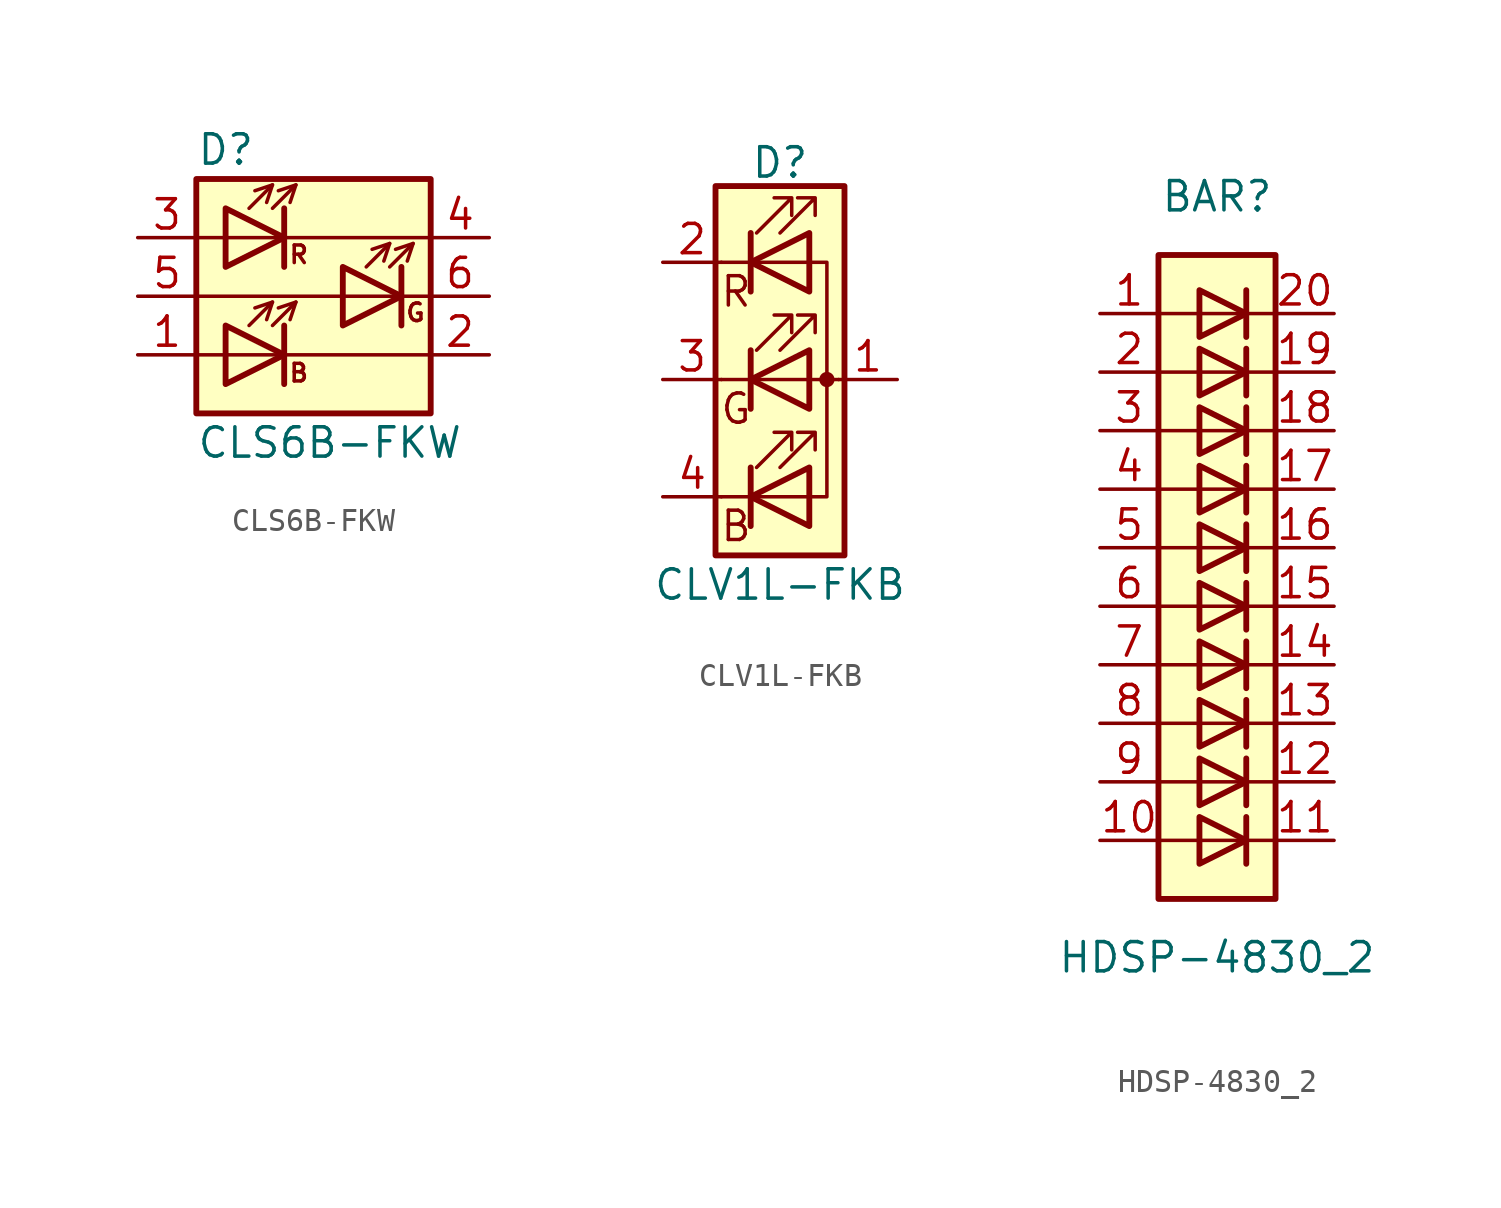
<source format=kicad_sym>
(kicad_symbol_lib
  (version 20241209)
  (generator "kicad_symbol_editor")
  (generator_version "9.0")
  (symbol "CLS6B-FKW"
    (pin_names hide)
    (property "Reference" "D"
      (at -5.08 6.35 0)
      (effects (font (size 1.27 1.27)) (justify left)))
    (property "Value" "CLS6B-FKW"
      (at -5.08 -6.35 0)
      (effects (font (size 1.27 1.27)) (justify left)))
    (symbol "CLS6B-FKW_0_0"
      (text "R" (at -0.635 1.803 0) (effects (font (size 0.762 0.762))))
      (text "B" (at -0.635 -3.327 0) (effects (font (size 0.762 0.762))))
      (text "G" (at 4.42 -0.711 0) (effects (font (size 0.762 0.762)))))
    (symbol "CLS6B-FKW_0_1"
      (rectangle (start -5.08 5.08) (end 5.08 -5.08) (stroke (width 0.254) (type default)) (fill (type background)))
      (polyline (pts (xy -5.08 2.54) (xy 5.08 2.54)) (stroke (width 0) (type default)) (fill (type none)))
      (polyline (pts (xy -5.08 0) (xy 5.08 0)) (stroke (width 0) (type default)) (fill (type none)))
      (polyline (pts (xy -5.08 -2.54) (xy 5.08 -2.54)) (stroke (width 0) (type default)) (fill (type none)))
      (polyline (pts (xy -3.81 3.81) (xy -3.81 1.27) (xy -1.27 2.54) (xy -3.81 3.81)) (stroke (width 0.254) (type default)) (fill (type none)))
      (polyline (pts (xy -3.81 -1.27) (xy -3.81 -3.81) (xy -1.27 -2.54) (xy -3.81 -1.27)) (stroke (width 0.254) (type default)) (fill (type none)))
      (polyline (pts (xy -2.794 3.81) (xy -1.778 4.826)) (stroke (width 0) (type default)) (fill (type none)))
      (polyline (pts (xy -2.794 -1.27) (xy -1.778 -0.254)) (stroke (width 0) (type default)) (fill (type none)))
      (polyline (pts (xy -2.54 4.572) (xy -1.778 4.826) (xy -2.032 4.064)) (stroke (width 0) (type default)) (fill (type none)))
      (polyline (pts (xy -2.032 -1.016) (xy -1.778 -0.254) (xy -2.54 -0.508)) (stroke (width 0) (type default)) (fill (type none)))
      (polyline (pts (xy -1.778 3.81) (xy -0.762 4.826)) (stroke (width 0) (type default)) (fill (type none)))
      (polyline (pts (xy -1.778 -1.27) (xy -0.762 -0.254)) (stroke (width 0) (type default)) (fill (type none)))
      (polyline (pts (xy -1.524 4.572) (xy -0.762 4.826) (xy -1.016 4.064)) (stroke (width 0) (type default)) (fill (type none)))
      (polyline (pts (xy -1.524 -0.508) (xy -0.762 -0.254) (xy -1.016 -1.016)) (stroke (width 0) (type default)) (fill (type none)))
      (polyline (pts (xy -1.27 3.81) (xy -1.27 1.27)) (stroke (width 0.254) (type default)) (fill (type none)))
      (polyline (pts (xy -1.27 -1.27) (xy -1.27 -3.81)) (stroke (width 0.254) (type default)) (fill (type none)))
      (polyline (pts (xy 1.27 1.27) (xy 1.27 -1.27) (xy 3.81 0) (xy 1.27 1.27)) (stroke (width 0.254) (type default)) (fill (type none)))
      (polyline (pts (xy 2.286 1.27) (xy 3.302 2.286)) (stroke (width 0) (type default)) (fill (type none)))
      (polyline (pts (xy 3.048 1.524) (xy 3.302 2.286) (xy 2.54 2.032)) (stroke (width 0) (type default)) (fill (type none)))
      (polyline (pts (xy 3.302 1.27) (xy 4.318 2.286)) (stroke (width 0) (type default)) (fill (type none)))
      (polyline (pts (xy 3.556 2.032) (xy 4.318 2.286) (xy 4.064 1.524)) (stroke (width 0) (type default)) (fill (type none)))
      (polyline (pts (xy 3.81 1.27) (xy 3.81 -1.27)) (stroke (width 0.254) (type default)) (fill (type none))))
    (symbol "CLS6B-FKW_1_1"
      (pin passive line (at -7.62 2.54 0) (length 2.54) (name "AR" (effects (font (size 1.27 1.27)))) (number "3" (effects (font (size 1.27 1.27)))))
      (pin passive line (at -7.62 0 0) (length 2.54) (name "AG" (effects (font (size 1.27 1.27)))) (number "5" (effects (font (size 1.27 1.27)))))
      (pin passive line (at -7.62 -2.54 0) (length 2.54) (name "AB" (effects (font (size 1.27 1.27)))) (number "1" (effects (font (size 1.27 1.27)))))
      (pin passive line (at 7.62 2.54 180) (length 2.54) (name "KR" (effects (font (size 1.27 1.27)))) (number "4" (effects (font (size 1.27 1.27)))))
      (pin passive line (at 7.62 0 180) (length 2.54) (name "KR" (effects (font (size 1.27 1.27)))) (number "6" (effects (font (size 1.27 1.27)))))
      (pin passive line (at 7.62 -2.54 180) (length 2.54) (name "KB" (effects (font (size 1.27 1.27)))) (number "2" (effects (font (size 1.27 1.27)))))))
  (symbol "CLV1L-FKB"
    (pin_names
      (offset 0) hide)
    (property "Reference" "D"
      (at 0 9.398 0)
      (effects (font (size 1.27 1.27))))
    (property "Value" "CLV1L-FKB"
      (at 0 -8.89 0)
      (effects (font (size 1.27 1.27))))
    (symbol "CLV1L-FKB_0_0"
      (text "R" (at -1.905 3.81 0) (effects (font (size 1.27 1.27))))
      (text "G" (at -1.905 -1.27 0) (effects (font (size 1.27 1.27))))
      (text "B" (at -1.905 -6.35 0) (effects (font (size 1.27 1.27)))))
    (symbol "CLV1L-FKB_0_1"
      (polyline (pts (xy -2.54 -5.08) (xy 1.27 -5.08)) (stroke (width 0) (type default)) (fill (type none)))
      (polyline (pts (xy -1.27 6.35) (xy -1.27 3.81)) (stroke (width 0.254) (type default)) (fill (type none)))
      (polyline (pts (xy -1.27 1.27) (xy -1.27 -1.27)) (stroke (width 0.254) (type default)) (fill (type none)))
      (polyline (pts (xy -1.27 -3.81) (xy -1.27 -6.35)) (stroke (width 0.254) (type default)) (fill (type none)))
      (polyline (pts (xy -1.016 6.35) (xy 0.508 7.874) (xy -0.254 7.874) (xy 0.508 7.874) (xy 0.508 7.112)) (stroke (width 0) (type default)) (fill (type none)))
      (polyline (pts (xy -1.016 1.27) (xy 0.508 2.794) (xy -0.254 2.794) (xy 0.508 2.794) (xy 0.508 2.032)) (stroke (width 0) (type default)) (fill (type none)))
      (polyline (pts (xy -1.016 -3.81) (xy 0.508 -2.286) (xy -0.254 -2.286) (xy 0.508 -2.286) (xy 0.508 -3.048)) (stroke (width 0) (type default)) (fill (type none)))
      (polyline (pts (xy 0 6.35) (xy 1.524 7.874) (xy 0.762 7.874) (xy 1.524 7.874) (xy 1.524 7.112)) (stroke (width 0) (type default)) (fill (type none)))
      (polyline (pts (xy 0 1.27) (xy 1.524 2.794) (xy 0.762 2.794) (xy 1.524 2.794) (xy 1.524 2.032)) (stroke (width 0) (type default)) (fill (type none)))
      (polyline (pts (xy 0 -3.81) (xy 1.524 -2.286) (xy 0.762 -2.286) (xy 1.524 -2.286) (xy 1.524 -3.048)) (stroke (width 0) (type default)) (fill (type none)))
      (polyline (pts (xy 1.27 6.35) (xy 1.27 3.81) (xy -1.27 5.08) (xy 1.27 6.35)) (stroke (width 0.254) (type default)) (fill (type none)))
      (rectangle (start 1.27 6.35) (end 1.27 6.35) (stroke (width 0) (type default)) (fill (type none)))
      (polyline (pts (xy 1.27 5.08) (xy -2.54 5.08)) (stroke (width 0) (type default)) (fill (type none)))
      (polyline (pts (xy 1.27 1.27) (xy 1.27 -1.27) (xy -1.27 0) (xy 1.27 1.27)) (stroke (width 0.254) (type default)) (fill (type none)))
      (polyline (pts (xy 1.27 -3.81) (xy 1.27 -6.35) (xy -1.27 -5.08) (xy 1.27 -3.81)) (stroke (width 0.254) (type default)) (fill (type none)))
      (polyline (pts (xy 1.27 -5.08) (xy 2.032 -5.08) (xy 2.032 5.08) (xy 1.27 5.08)) (stroke (width 0) (type default)) (fill (type none)))
      (circle (center 2.032 0) (radius 0.254) (stroke (width 0) (type default)) (fill (type outline)))
      (polyline (pts (xy 2.54 0) (xy -2.54 0)) (stroke (width 0) (type default)) (fill (type none)))
      (rectangle (start 2.794 8.382) (end -2.794 -7.62) (stroke (width 0.254) (type default)) (fill (type background))))
    (symbol "CLV1L-FKB_1_1"
      (pin passive line (at -5.08 5.08 0) (length 2.54) (name "RK" (effects (font (size 1.27 1.27)))) (number "2" (effects (font (size 1.27 1.27)))))
      (pin passive line (at -5.08 0 0) (length 2.54) (name "GK" (effects (font (size 1.27 1.27)))) (number "3" (effects (font (size 1.27 1.27)))))
      (pin passive line (at -5.08 -5.08 0) (length 2.54) (name "BK" (effects (font (size 1.27 1.27)))) (number "4" (effects (font (size 1.27 1.27)))))
      (pin passive line (at 5.08 0 180) (length 2.54) (name "A" (effects (font (size 1.27 1.27)))) (number "1" (effects (font (size 1.27 1.27)))))))
  (symbol "HDSP-4830_2"
    (pin_names
      (offset 1.016) hide)
    (property "Reference" "BAR"
      (at 0 15.24 0)
      (effects (font (size 1.27 1.27))))
    (property "Value" "HDSP-4830_2"
      (at 0 -17.78 0)
      (effects (font (size 1.27 1.27))))
    (symbol "HDSP-4830_2_0_1"
      (rectangle (start -2.54 12.7) (end 2.54 -15.24) (stroke (width 0.254) (type default)) (fill (type background)))
      (polyline (pts (xy -2.54 10.16) (xy 2.54 10.16)) (stroke (width 0) (type default)) (fill (type none)))
      (polyline (pts (xy -2.54 7.62) (xy 2.54 7.62)) (stroke (width 0) (type default)) (fill (type none)))
      (polyline (pts (xy -2.54 5.08) (xy 2.54 5.08)) (stroke (width 0) (type default)) (fill (type none)))
      (polyline (pts (xy -2.54 0) (xy 2.54 0)) (stroke (width 0) (type default)) (fill (type none)))
      (polyline (pts (xy -2.54 -5.08) (xy 2.54 -5.08)) (stroke (width 0) (type default)) (fill (type none)))
      (polyline (pts (xy -2.54 -7.62) (xy 2.54 -7.62)) (stroke (width 0) (type default)) (fill (type none)))
      (polyline (pts (xy -2.54 -10.16) (xy 2.54 -10.16)) (stroke (width 0) (type default)) (fill (type none)))
      (polyline (pts (xy -2.54 -12.7) (xy 2.54 -12.7)) (stroke (width 0) (type default)) (fill (type none)))
      (polyline (pts (xy -0.762 11.176) (xy -0.762 9.144) (xy 1.27 10.16) (xy -0.762 11.176)) (stroke (width 0.254) (type default)) (fill (type none)))
      (polyline (pts (xy -0.762 8.636) (xy -0.762 6.604) (xy 1.27 7.62) (xy -0.762 8.636)) (stroke (width 0.254) (type default)) (fill (type none)))
      (polyline (pts (xy -0.762 6.096) (xy -0.762 4.064) (xy 1.27 5.08) (xy -0.762 6.096)) (stroke (width 0.254) (type default)) (fill (type none)))
      (polyline (pts (xy -0.762 3.556) (xy -0.762 1.524) (xy 1.27 2.54) (xy -0.762 3.556)) (stroke (width 0.254) (type default)) (fill (type none)))
      (polyline (pts (xy -0.762 1.016) (xy -0.762 -1.016) (xy 1.27 0) (xy -0.762 1.016)) (stroke (width 0.254) (type default)) (fill (type none)))
      (polyline (pts (xy -0.762 -1.524) (xy -0.762 -3.556) (xy 1.27 -2.54) (xy -0.762 -1.524)) (stroke (width 0.254) (type default)) (fill (type none)))
      (polyline (pts (xy -0.762 -4.064) (xy -0.762 -6.096) (xy 1.27 -5.08) (xy -0.762 -4.064)) (stroke (width 0.254) (type default)) (fill (type none)))
      (polyline (pts (xy -0.762 -6.604) (xy -0.762 -8.636) (xy 1.27 -7.62) (xy -0.762 -6.604)) (stroke (width 0.254) (type default)) (fill (type none)))
      (polyline (pts (xy -0.762 -9.144) (xy -0.762 -11.176) (xy 1.27 -10.16) (xy -0.762 -9.144)) (stroke (width 0.254) (type default)) (fill (type none)))
      (polyline (pts (xy -0.762 -11.684) (xy -0.762 -13.716) (xy 1.27 -12.7) (xy -0.762 -11.684)) (stroke (width 0.254) (type default)) (fill (type none)))
      (polyline (pts (xy 1.27 11.176) (xy 1.27 9.144)) (stroke (width 0.254) (type default)) (fill (type none)))
      (polyline (pts (xy 1.27 8.636) (xy 1.27 6.604)) (stroke (width 0.254) (type default)) (fill (type none)))
      (polyline (pts (xy 1.27 6.096) (xy 1.27 4.064)) (stroke (width 0.254) (type default)) (fill (type none)))
      (polyline (pts (xy 1.27 3.556) (xy 1.27 1.524)) (stroke (width 0.254) (type default)) (fill (type none)))
      (polyline (pts (xy 1.27 1.016) (xy 1.27 -1.016)) (stroke (width 0.254) (type default)) (fill (type none)))
      (polyline (pts (xy 1.27 -1.524) (xy 1.27 -3.556)) (stroke (width 0.254) (type default)) (fill (type none)))
      (polyline (pts (xy 1.27 -4.064) (xy 1.27 -6.096)) (stroke (width 0.254) (type default)) (fill (type none)))
      (polyline (pts (xy 1.27 -6.604) (xy 1.27 -8.636)) (stroke (width 0.254) (type default)) (fill (type none)))
      (polyline (pts (xy 1.27 -9.144) (xy 1.27 -11.176)) (stroke (width 0.254) (type default)) (fill (type none)))
      (polyline (pts (xy 1.27 -11.684) (xy 1.27 -13.716)) (stroke (width 0.254) (type default)) (fill (type none)))
      (polyline (pts (xy 2.54 2.54) (xy -2.54 2.54)) (stroke (width 0) (type default)) (fill (type none)))
      (polyline (pts (xy 2.54 -2.54) (xy -2.54 -2.54)) (stroke (width 0) (type default)) (fill (type none))))
    (symbol "HDSP-4830_2_1_1"
      (pin passive line (at -5.08 10.16 0) (length 2.54) (name "A" (effects (font (size 1.27 1.27)))) (number "1" (effects (font (size 1.27 1.27)))))
      (pin passive line (at -5.08 7.62 0) (length 2.54) (name "A" (effects (font (size 1.27 1.27)))) (number "2" (effects (font (size 1.27 1.27)))))
      (pin passive line (at -5.08 5.08 0) (length 2.54) (name "A" (effects (font (size 1.27 1.27)))) (number "3" (effects (font (size 1.27 1.27)))))
      (pin passive line (at -5.08 2.54 0) (length 2.54) (name "A" (effects (font (size 1.27 1.27)))) (number "4" (effects (font (size 1.27 1.27)))))
      (pin passive line (at -5.08 0 0) (length 2.54) (name "A" (effects (font (size 1.27 1.27)))) (number "5" (effects (font (size 1.27 1.27)))))
      (pin passive line (at -5.08 -2.54 0) (length 2.54) (name "A" (effects (font (size 1.27 1.27)))) (number "6" (effects (font (size 1.27 1.27)))))
      (pin passive line (at -5.08 -5.08 0) (length 2.54) (name "A" (effects (font (size 1.27 1.27)))) (number "7" (effects (font (size 1.27 1.27)))))
      (pin passive line (at -5.08 -7.62 0) (length 2.54) (name "A" (effects (font (size 1.27 1.27)))) (number "8" (effects (font (size 1.27 1.27)))))
      (pin passive line (at -5.08 -10.16 0) (length 2.54) (name "A" (effects (font (size 1.27 1.27)))) (number "9" (effects (font (size 1.27 1.27)))))
      (pin passive line (at -5.08 -12.7 0) (length 2.54) (name "A" (effects (font (size 1.27 1.27)))) (number "10" (effects (font (size 1.27 1.27)))))
      (pin passive line (at 5.08 10.16 180) (length 2.54) (name "K" (effects (font (size 1.27 1.27)))) (number "20" (effects (font (size 1.27 1.27)))))
      (pin passive line (at 5.08 7.62 180) (length 2.54) (name "K" (effects (font (size 1.27 1.27)))) (number "19" (effects (font (size 1.27 1.27)))))
      (pin passive line (at 5.08 5.08 180) (length 2.54) (name "K" (effects (font (size 1.27 1.27)))) (number "18" (effects (font (size 1.27 1.27)))))
      (pin passive line (at 5.08 2.54 180) (length 2.54) (name "K" (effects (font (size 1.27 1.27)))) (number "17" (effects (font (size 1.27 1.27)))))
      (pin passive line (at 5.08 0 180) (length 2.54) (name "K" (effects (font (size 1.27 1.27)))) (number "16" (effects (font (size 1.27 1.27)))))
      (pin passive line (at 5.08 -2.54 180) (length 2.54) (name "K" (effects (font (size 1.27 1.27)))) (number "15" (effects (font (size 1.27 1.27)))))
      (pin passive line (at 5.08 -5.08 180) (length 2.54) (name "K" (effects (font (size 1.27 1.27)))) (number "14" (effects (font (size 1.27 1.27)))))
      (pin passive line (at 5.08 -7.62 180) (length 2.54) (name "K" (effects (font (size 1.27 1.27)))) (number "13" (effects (font (size 1.27 1.27)))))
      (pin passive line (at 5.08 -10.16 180) (length 2.54) (name "K" (effects (font (size 1.27 1.27)))) (number "12" (effects (font (size 1.27 1.27)))))
      (pin passive line (at 5.08 -12.7 180) (length 2.54) (name "K" (effects (font (size 1.27 1.27)))) (number "11" (effects (font (size 1.27 1.27))))))))
</source>
